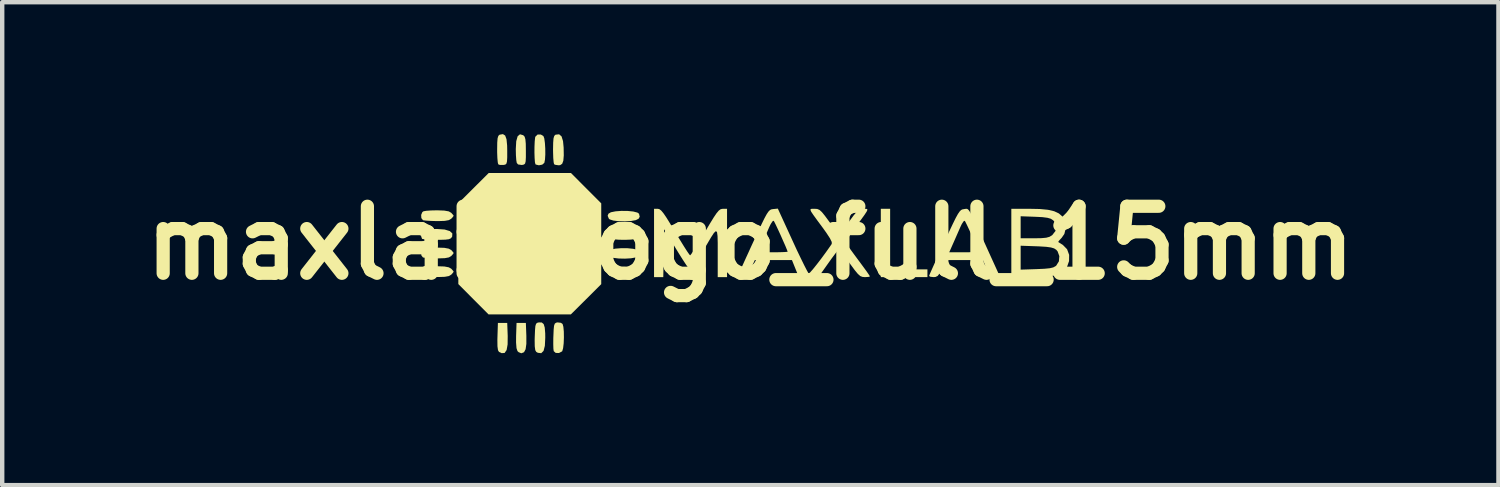
<source format=kicad_pcb>
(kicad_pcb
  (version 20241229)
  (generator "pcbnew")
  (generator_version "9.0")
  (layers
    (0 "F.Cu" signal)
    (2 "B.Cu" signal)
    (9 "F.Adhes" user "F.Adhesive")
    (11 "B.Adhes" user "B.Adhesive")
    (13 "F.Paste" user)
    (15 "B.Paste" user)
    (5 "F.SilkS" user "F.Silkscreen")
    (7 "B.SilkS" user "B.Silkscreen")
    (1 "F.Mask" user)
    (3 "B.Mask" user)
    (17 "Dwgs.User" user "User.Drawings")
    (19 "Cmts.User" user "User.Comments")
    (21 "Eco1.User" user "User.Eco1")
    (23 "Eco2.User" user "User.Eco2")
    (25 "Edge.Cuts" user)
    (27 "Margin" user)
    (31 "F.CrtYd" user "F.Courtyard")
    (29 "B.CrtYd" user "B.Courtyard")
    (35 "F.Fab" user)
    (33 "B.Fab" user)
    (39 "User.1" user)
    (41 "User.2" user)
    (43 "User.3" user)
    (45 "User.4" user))
  (footprint "maxlab_logo_full_15mm"
    (layer "F.Cu")
    (at 14.014 2.475)
    (property "Reference" "maxlab_logo_full_15mm" (at 0 0 0) (layer "F.SilkS") (effects (font (size 1.524 1.524) (thickness 0.3))))
    (attr board_only exclude_from_pos_files exclude_from_bom)
    (fp_poly (pts (xy 3.179 0.601) (xy 4.027 0.601) (xy 4.027 0.777) (xy 2.967 0.777) (xy 2.967 -0.777) (xy 3.179 -0.777)) (stroke (width 0) (type solid)) (fill yes) (layer "F.SilkS"))
    (fp_poly (pts (xy -3.391 -0.9) (xy -3.391 0.937) (xy -3.736 1.281) (xy -4.082 1.625) (xy -5.954 1.625) (xy -6.298 1.28) (xy -6.641 0.935) (xy -6.641 -0.902) (xy -6.296 -1.246) (xy -5.951 -1.59) (xy -4.079 -1.59)) (stroke (width 0) (type solid)) (fill yes) (layer "F.SilkS"))
    (fp_poly (pts (xy -5.518 2.114) (xy -5.52 2.308) (xy -5.543 2.436) (xy -5.589 2.502) (xy -5.657 2.506) (xy -5.716 2.478) (xy -5.739 2.439) (xy -5.751 2.351) (xy -5.753 2.206) (xy -5.751 2.134) (xy -5.741 1.819) (xy -5.529 1.819)) (stroke (width 0) (type solid)) (fill yes) (layer "F.SilkS"))
    (fp_poly (pts (xy -5.094 2.114) (xy -5.094 2.296) (xy -5.111 2.417) (xy -5.147 2.485) (xy -5.205 2.508) (xy -5.211 2.508) (xy -5.27 2.484) (xy -5.296 2.459) (xy -5.318 2.392) (xy -5.328 2.264) (xy -5.327 2.114) (xy -5.317 1.819) (xy -5.105 1.819)) (stroke (width 0) (type solid)) (fill yes) (layer "F.SilkS"))
    (fp_poly (pts (xy -2.792 -0.728) (xy -2.664 -0.715) (xy -2.569 -0.691) (xy -2.532 -0.665) (xy -2.516 -0.596) (xy -2.541 -0.551) (xy -2.604 -0.519) (xy -2.714 -0.499) (xy -2.85 -0.49) (xy -2.991 -0.494) (xy -3.115 -0.509) (xy -3.199 -0.536) (xy -3.217 -0.551) (xy -3.245 -0.618) (xy -3.227 -0.665) (xy -3.171 -0.698) (xy -3.066 -0.719) (xy -2.933 -0.729)) (stroke (width 0) (type solid)) (fill yes) (layer "F.SilkS"))
    (fp_poly (pts (xy -2.792 0.12) (xy -2.664 0.133) (xy -2.569 0.157) (xy -2.532 0.183) (xy -2.516 0.252) (xy -2.541 0.297) (xy -2.604 0.329) (xy -2.714 0.349) (xy -2.85 0.357) (xy -2.991 0.354) (xy -3.115 0.339) (xy -3.199 0.312) (xy -3.217 0.297) (xy -3.245 0.229) (xy -3.227 0.183) (xy -3.171 0.15) (xy -3.066 0.129) (xy -2.933 0.119)) (stroke (width 0) (type solid)) (fill yes) (layer "F.SilkS"))
    (fp_poly (pts (xy -2.792 0.544) (xy -2.664 0.557) (xy -2.569 0.581) (xy -2.532 0.606) (xy -2.516 0.676) (xy -2.541 0.721) (xy -2.604 0.753) (xy -2.714 0.773) (xy -2.85 0.781) (xy -2.991 0.778) (xy -3.115 0.763) (xy -3.199 0.735) (xy -3.217 0.721) (xy -3.245 0.653) (xy -3.227 0.606) (xy -3.171 0.574) (xy -3.066 0.552) (xy -2.933 0.542)) (stroke (width 0) (type solid)) (fill yes) (layer "F.SilkS"))
    (fp_poly (pts (xy -2.71 -0.312) (xy -2.611 -0.291) (xy -2.564 -0.262) (xy -2.514 -0.198) (xy -2.523 -0.145) (xy -2.551 -0.113) (xy -2.609 -0.091) (xy -2.715 -0.076) (xy -2.848 -0.071) (xy -2.986 -0.073) (xy -3.107 -0.083) (xy -3.189 -0.102) (xy -3.208 -0.113) (xy -3.253 -0.186) (xy -3.232 -0.245) (xy -3.148 -0.288) (xy -3.004 -0.313) (xy -2.866 -0.318)) (stroke (width 0) (type solid)) (fill yes) (layer "F.SilkS"))
    (fp_poly (pts (xy -4.743 1.809) (xy -4.7 1.845) (xy -4.676 1.923) (xy -4.665 2.056) (xy -4.664 2.157) (xy -4.673 2.339) (xy -4.703 2.455) (xy -4.756 2.507) (xy -4.832 2.498) (xy -4.868 2.478) (xy -4.891 2.439) (xy -4.903 2.351) (xy -4.905 2.206) (xy -4.903 2.134) (xy -4.897 1.984) (xy -4.889 1.891) (xy -4.873 1.839) (xy -4.847 1.816) (xy -4.808 1.807)) (stroke (width 0) (type solid)) (fill yes) (layer "F.SilkS"))
    (fp_poly (pts (xy -4.706 -2.43) (xy -4.686 -2.377) (xy -4.672 -2.274) (xy -4.664 -2.146) (xy -4.663 -2.012) (xy -4.67 -1.897) (xy -4.685 -1.822) (xy -4.732 -1.781) (xy -4.809 -1.766) (xy -4.878 -1.783) (xy -4.887 -1.79) (xy -4.899 -1.835) (xy -4.906 -1.931) (xy -4.91 -2.055) (xy -4.909 -2.187) (xy -4.904 -2.307) (xy -4.895 -2.394) (xy -4.889 -2.417) (xy -4.839 -2.465) (xy -4.765 -2.466)) (stroke (width 0) (type solid)) (fill yes) (layer "F.SilkS"))
    (fp_poly (pts (xy -4.294 -2.424) (xy -4.26 -2.316) (xy -4.246 -2.17) (xy -4.243 -1.99) (xy -4.253 -1.871) (xy -4.279 -1.801) (xy -4.324 -1.77) (xy -4.358 -1.766) (xy -4.432 -1.776) (xy -4.463 -1.79) (xy -4.473 -1.834) (xy -4.482 -1.93) (xy -4.486 -2.063) (xy -4.487 -2.127) (xy -4.484 -2.282) (xy -4.476 -2.38) (xy -4.459 -2.435) (xy -4.432 -2.461) (xy -4.429 -2.462) (xy -4.349 -2.471)) (stroke (width 0) (type solid)) (fill yes) (layer "F.SilkS"))
    (fp_poly (pts (xy -6.951 -0.305) (xy -6.835 -0.27) (xy -6.777 -0.216) (xy -6.781 -0.144) (xy -6.784 -0.139) (xy -6.81 -0.106) (xy -6.855 -0.085) (xy -6.935 -0.075) (xy -7.063 -0.071) (xy -7.131 -0.071) (xy -7.273 -0.073) (xy -7.387 -0.08) (xy -7.455 -0.09) (xy -7.466 -0.094) (xy -7.485 -0.145) (xy -7.489 -0.196) (xy -7.475 -0.252) (xy -7.424 -0.288) (xy -7.327 -0.309) (xy -7.172 -0.317) (xy -7.117 -0.317)) (stroke (width 0) (type solid)) (fill yes) (layer "F.SilkS"))
    (fp_poly (pts (xy -4.308 1.816) (xy -4.27 1.843) (xy -4.252 1.908) (xy -4.242 2.017) (xy -4.24 2.149) (xy -4.245 2.282) (xy -4.258 2.393) (xy -4.277 2.459) (xy -4.282 2.466) (xy -4.352 2.503) (xy -4.426 2.501) (xy -4.471 2.461) (xy -4.479 2.406) (xy -4.482 2.3) (xy -4.481 2.163) (xy -4.479 2.117) (xy -4.473 1.972) (xy -4.464 1.883) (xy -4.447 1.835) (xy -4.418 1.814) (xy -4.385 1.807)) (stroke (width 0) (type solid)) (fill yes) (layer "F.SilkS"))
    (fp_poly (pts (xy -5.576 -2.443) (xy -5.545 -2.358) (xy -5.531 -2.215) (xy -5.529 -2.098) (xy -5.529 -1.949) (xy -5.534 -1.856) (xy -5.547 -1.805) (xy -5.572 -1.782) (xy -5.613 -1.774) (xy -5.618 -1.774) (xy -5.695 -1.774) (xy -5.733 -1.788) (xy -5.744 -1.833) (xy -5.753 -1.93) (xy -5.758 -2.063) (xy -5.758 -2.127) (xy -5.756 -2.282) (xy -5.748 -2.38) (xy -5.731 -2.435) (xy -5.704 -2.461) (xy -5.7 -2.462) (xy -5.627 -2.475)) (stroke (width 0) (type solid)) (fill yes) (layer "F.SilkS"))
    (fp_poly (pts (xy -5.165 -2.45) (xy -5.164 -2.449) (xy -5.134 -2.418) (xy -5.116 -2.358) (xy -5.107 -2.256) (xy -5.105 -2.099) (xy -5.105 -2.098) (xy -5.105 -1.949) (xy -5.11 -1.856) (xy -5.123 -1.805) (xy -5.149 -1.783) (xy -5.19 -1.774) (xy -5.197 -1.773) (xy -5.282 -1.785) (xy -5.312 -1.82) (xy -5.323 -1.883) (xy -5.331 -1.993) (xy -5.334 -2.128) (xy -5.334 -2.136) (xy -5.324 -2.314) (xy -5.292 -2.426) (xy -5.239 -2.471)) (stroke (width 0) (type solid)) (fill yes) (layer "F.SilkS"))
    (fp_poly (pts (xy -6.96 -0.736) (xy -6.859 -0.718) (xy -6.803 -0.686) (xy -6.759 -0.637) (xy -6.747 -0.618) (xy -6.769 -0.586) (xy -6.803 -0.55) (xy -6.856 -0.519) (xy -6.949 -0.502) (xy -7.094 -0.497) (xy -7.13 -0.497) (xy -7.266 -0.501) (xy -7.376 -0.508) (xy -7.441 -0.516) (xy -7.445 -0.518) (xy -7.482 -0.565) (xy -7.486 -0.638) (xy -7.459 -0.702) (xy -7.433 -0.72) (xy -7.372 -0.731) (xy -7.263 -0.739) (xy -7.128 -0.742) (xy -7.118 -0.742)) (stroke (width 0) (type solid)) (fill yes) (layer "F.SilkS"))
    (fp_poly (pts (xy -6.96 0.111) (xy -6.859 0.13) (xy -6.803 0.161) (xy -6.759 0.21) (xy -6.747 0.23) (xy -6.769 0.261) (xy -6.803 0.298) (xy -6.856 0.329) (xy -6.949 0.346) (xy -7.094 0.351) (xy -7.13 0.35) (xy -7.266 0.347) (xy -7.376 0.34) (xy -7.441 0.331) (xy -7.445 0.33) (xy -7.482 0.283) (xy -7.486 0.21) (xy -7.459 0.146) (xy -7.433 0.127) (xy -7.372 0.117) (xy -7.263 0.109) (xy -7.128 0.106) (xy -7.118 0.106)) (stroke (width 0) (type solid)) (fill yes) (layer "F.SilkS"))
    (fp_poly (pts (xy -6.96 0.535) (xy -6.859 0.554) (xy -6.803 0.585) (xy -6.759 0.634) (xy -6.747 0.654) (xy -6.769 0.685) (xy -6.803 0.722) (xy -6.856 0.753) (xy -6.949 0.77) (xy -7.094 0.775) (xy -7.13 0.774) (xy -7.266 0.771) (xy -7.376 0.764) (xy -7.441 0.755) (xy -7.445 0.754) (xy -7.482 0.707) (xy -7.486 0.634) (xy -7.459 0.57) (xy -7.433 0.551) (xy -7.372 0.541) (xy -7.263 0.533) (xy -7.128 0.53) (xy -7.118 0.53)) (stroke (width 0) (type solid)) (fill yes) (layer "F.SilkS"))
    (fp_poly (pts (xy -2.07 -0.769) (xy -2.029 -0.738) (xy -1.978 -0.678) (xy -1.91 -0.579) (xy -1.82 -0.434) (xy -1.709 -0.248) (xy -1.605 -0.076) (xy -1.513 0.073) (xy -1.439 0.189) (xy -1.389 0.261) (xy -1.369 0.282) (xy -1.344 0.253) (xy -1.29 0.173) (xy -1.213 0.051) (xy -1.119 -0.102) (xy -1.034 -0.246) (xy -0.92 -0.439) (xy -0.834 -0.579) (xy -0.77 -0.674) (xy -0.721 -0.733) (xy -0.681 -0.764) (xy -0.644 -0.775) (xy -0.627 -0.776) (xy -0.53 -0.777) (xy -0.53 0.777) (xy -0.742 0.777) (xy -0.742 0.222) (xy -0.742 -0.003) (xy -0.746 -0.158) (xy -0.758 -0.247) (xy -0.783 -0.269) (xy -0.828 -0.228) (xy -0.896 -0.124) (xy -0.992 0.04) (xy -1.041 0.124) (xy -1.155 0.316) (xy -1.241 0.453) (xy -1.305 0.542) (xy -1.351 0.588) (xy -1.381 0.601) (xy -1.407 0.572) (xy -1.463 0.493) (xy -1.541 0.374) (xy -1.634 0.226) (xy -1.684 0.144) (xy -1.961 -0.312) (xy -1.97 0.233) (xy -1.98 0.777) (xy -2.19 0.777) (xy -2.19 -0.777) (xy -2.106 -0.777)) (stroke (width 0) (type solid)) (fill yes) (layer "F.SilkS"))
    (fp_poly (pts (xy 4.937 -0.772) (xy 4.961 -0.752) (xy 4.99 -0.711) (xy 5.028 -0.643) (xy 5.078 -0.543) (xy 5.144 -0.402) (xy 5.229 -0.216) (xy 5.338 0.022) (xy 5.46 0.291) (xy 5.681 0.777) (xy 5.565 0.777) (xy 5.497 0.772) (xy 5.452 0.745) (xy 5.412 0.681) (xy 5.37 0.583) (xy 5.291 0.389) (xy 4.447 0.389) (xy 4.358 0.583) (xy 4.304 0.693) (xy 4.259 0.751) (xy 4.209 0.774) (xy 4.166 0.777) (xy 4.093 0.769) (xy 4.065 0.751) (xy 4.079 0.712) (xy 4.12 0.619) (xy 4.182 0.481) (xy 4.261 0.306) (xy 4.304 0.212) (xy 4.523 0.212) (xy 4.858 0.212) (xy 5.002 0.211) (xy 5.115 0.207) (xy 5.182 0.202) (xy 5.193 0.199) (xy 5.179 0.159) (xy 5.143 0.071) (xy 5.092 -0.046) (xy 5.033 -0.178) (xy 4.974 -0.306) (xy 4.923 -0.414) (xy 4.887 -0.486) (xy 4.876 -0.505) (xy 4.849 -0.492) (xy 4.808 -0.429) (xy 4.777 -0.364) (xy 4.719 -0.232) (xy 4.652 -0.079) (xy 4.613 0.009) (xy 4.523 0.212) (xy 4.304 0.212) (xy 4.353 0.105) (xy 4.41 -0.018) (xy 4.52 -0.255) (xy 4.605 -0.435) (xy 4.67 -0.567) (xy 4.72 -0.658) (xy 4.76 -0.716) (xy 4.793 -0.749) (xy 4.825 -0.764) (xy 4.861 -0.77) (xy 4.861 -0.77) (xy 4.891 -0.775) (xy 4.915 -0.777)) (stroke (width 0) (type solid)) (fill yes) (layer "F.SilkS"))
    (fp_poly (pts (xy 6.332 -0.777) (xy 6.58 -0.772) (xy 6.769 -0.754) (xy 6.91 -0.721) (xy 7.015 -0.672) (xy 7.087 -0.61) (xy 7.157 -0.488) (xy 7.175 -0.344) (xy 7.141 -0.205) (xy 7.081 -0.118) (xy 7.025 -0.058) (xy 7.001 -0.023) (xy 7.001 -0.021) (xy 7.036 0.001) (xy 7.104 0.043) (xy 7.108 0.046) (xy 7.203 0.143) (xy 7.25 0.271) (xy 7.248 0.412) (xy 7.201 0.547) (xy 7.108 0.658) (xy 7.065 0.687) (xy 7.005 0.717) (xy 6.935 0.738) (xy 6.84 0.753) (xy 6.706 0.763) (xy 6.521 0.77) (xy 6.438 0.772) (xy 5.935 0.784) (xy 5.935 0.063) (xy 6.147 0.063) (xy 6.147 0.607) (xy 6.514 0.595) (xy 6.69 0.587) (xy 6.81 0.575) (xy 6.889 0.556) (xy 6.942 0.527) (xy 6.956 0.516) (xy 7.017 0.418) (xy 7.027 0.3) (xy 6.987 0.191) (xy 6.957 0.156) (xy 6.908 0.124) (xy 6.837 0.103) (xy 6.729 0.088) (xy 6.568 0.078) (xy 6.515 0.076) (xy 6.147 0.063) (xy 5.935 0.063) (xy 5.935 -0.607) (xy 6.147 -0.607) (xy 6.147 -0.106) (xy 6.46 -0.106) (xy 6.62 -0.109) (xy 6.728 -0.119) (xy 6.802 -0.139) (xy 6.86 -0.174) (xy 6.866 -0.179) (xy 6.942 -0.276) (xy 6.956 -0.386) (xy 6.909 -0.491) (xy 6.885 -0.516) (xy 6.833 -0.55) (xy 6.757 -0.572) (xy 6.641 -0.587) (xy 6.479 -0.595) (xy 6.147 -0.607) (xy 5.935 -0.607) (xy 5.935 -0.777)) (stroke (width 0) (type solid)) (fill yes) (layer "F.SilkS"))
    (fp_poly (pts (xy 0.961 -0.048) (xy 1.058 0.163) (xy 1.148 0.35) (xy 1.224 0.505) (xy 1.283 0.62) (xy 1.319 0.684) (xy 1.328 0.694) (xy 1.359 0.67) (xy 1.422 0.599) (xy 1.507 0.493) (xy 1.608 0.362) (xy 1.714 0.218) (xy 1.818 0.071) (xy 1.851 0.022) (xy 1.851 -0.022) (xy 1.81 -0.106) (xy 1.727 -0.233) (xy 1.638 -0.357) (xy 1.517 -0.52) (xy 1.434 -0.635) (xy 1.384 -0.709) (xy 1.366 -0.752) (xy 1.374 -0.772) (xy 1.405 -0.777) (xy 1.456 -0.777) (xy 1.46 -0.777) (xy 1.52 -0.773) (xy 1.571 -0.752) (xy 1.626 -0.703) (xy 1.696 -0.617) (xy 1.786 -0.495) (xy 1.875 -0.375) (xy 1.951 -0.28) (xy 2.003 -0.223) (xy 2.019 -0.212) (xy 2.051 -0.239) (xy 2.113 -0.311) (xy 2.195 -0.417) (xy 2.252 -0.494) (xy 2.348 -0.625) (xy 2.418 -0.708) (xy 2.473 -0.753) (xy 2.525 -0.773) (xy 2.572 -0.776) (xy 2.622 -0.777) (xy 2.654 -0.772) (xy 2.662 -0.753) (xy 2.644 -0.711) (xy 2.596 -0.638) (xy 2.514 -0.525) (xy 2.394 -0.363) (xy 2.393 -0.362) (xy 2.285 -0.209) (xy 2.212 -0.09) (xy 2.177 -0.014) (xy 2.177 0.009) (xy 2.208 0.053) (xy 2.272 0.141) (xy 2.359 0.26) (xy 2.461 0.398) (xy 2.462 0.399) (xy 2.561 0.533) (xy 2.643 0.645) (xy 2.698 0.725) (xy 2.72 0.76) (xy 2.72 0.761) (xy 2.689 0.772) (xy 2.613 0.777) (xy 2.603 0.777) (xy 2.548 0.772) (xy 2.499 0.752) (xy 2.445 0.704) (xy 2.376 0.621) (xy 2.28 0.491) (xy 2.258 0.461) (xy 2.165 0.334) (xy 2.087 0.231) (xy 2.034 0.164) (xy 2.014 0.145) (xy 1.987 0.172) (xy 1.93 0.245) (xy 1.85 0.352) (xy 1.772 0.461) (xy 1.548 0.777) (xy 1.103 0.777) (xy 1.024 0.583) (xy 0.946 0.389) (xy 0.102 0.389) (xy 0.013 0.583) (xy -0.041 0.693) (xy -0.086 0.751) (xy -0.136 0.774) (xy -0.179 0.777) (xy -0.252 0.769) (xy -0.281 0.751) (xy -0.266 0.712) (xy -0.226 0.619) (xy -0.164 0.481) (xy -0.085 0.307) (xy -0.041 0.212) (xy 0.178 0.212) (xy 0.513 0.212) (xy 0.657 0.211) (xy 0.77 0.207) (xy 0.837 0.202) (xy 0.848 0.199) (xy 0.834 0.159) (xy 0.798 0.071) (xy 0.746 -0.046) (xy 0.688 -0.178) (xy 0.629 -0.306) (xy 0.578 -0.414) (xy 0.542 -0.486) (xy 0.531 -0.505) (xy 0.504 -0.492) (xy 0.463 -0.429) (xy 0.431 -0.364) (xy 0.374 -0.232) (xy 0.307 -0.079) (xy 0.268 0.009) (xy 0.178 0.212) (xy -0.041 0.212) (xy 0.007 0.105) (xy 0.064 -0.018) (xy 0.174 -0.254) (xy 0.259 -0.435) (xy 0.324 -0.567) (xy 0.374 -0.658) (xy 0.414 -0.716) (xy 0.447 -0.749) (xy 0.479 -0.764) (xy 0.515 -0.77) (xy 0.516 -0.77) (xy 0.625 -0.781)) (stroke (width 0) (type solid)) (fill yes) (layer "F.SilkS")))
  (gr_rect
    (start -3 -3)
    (end 31.027 7.983)
    (stroke (width 0.1) (type default))
    (fill no)
    (layer "Edge.Cuts")))
</source>
